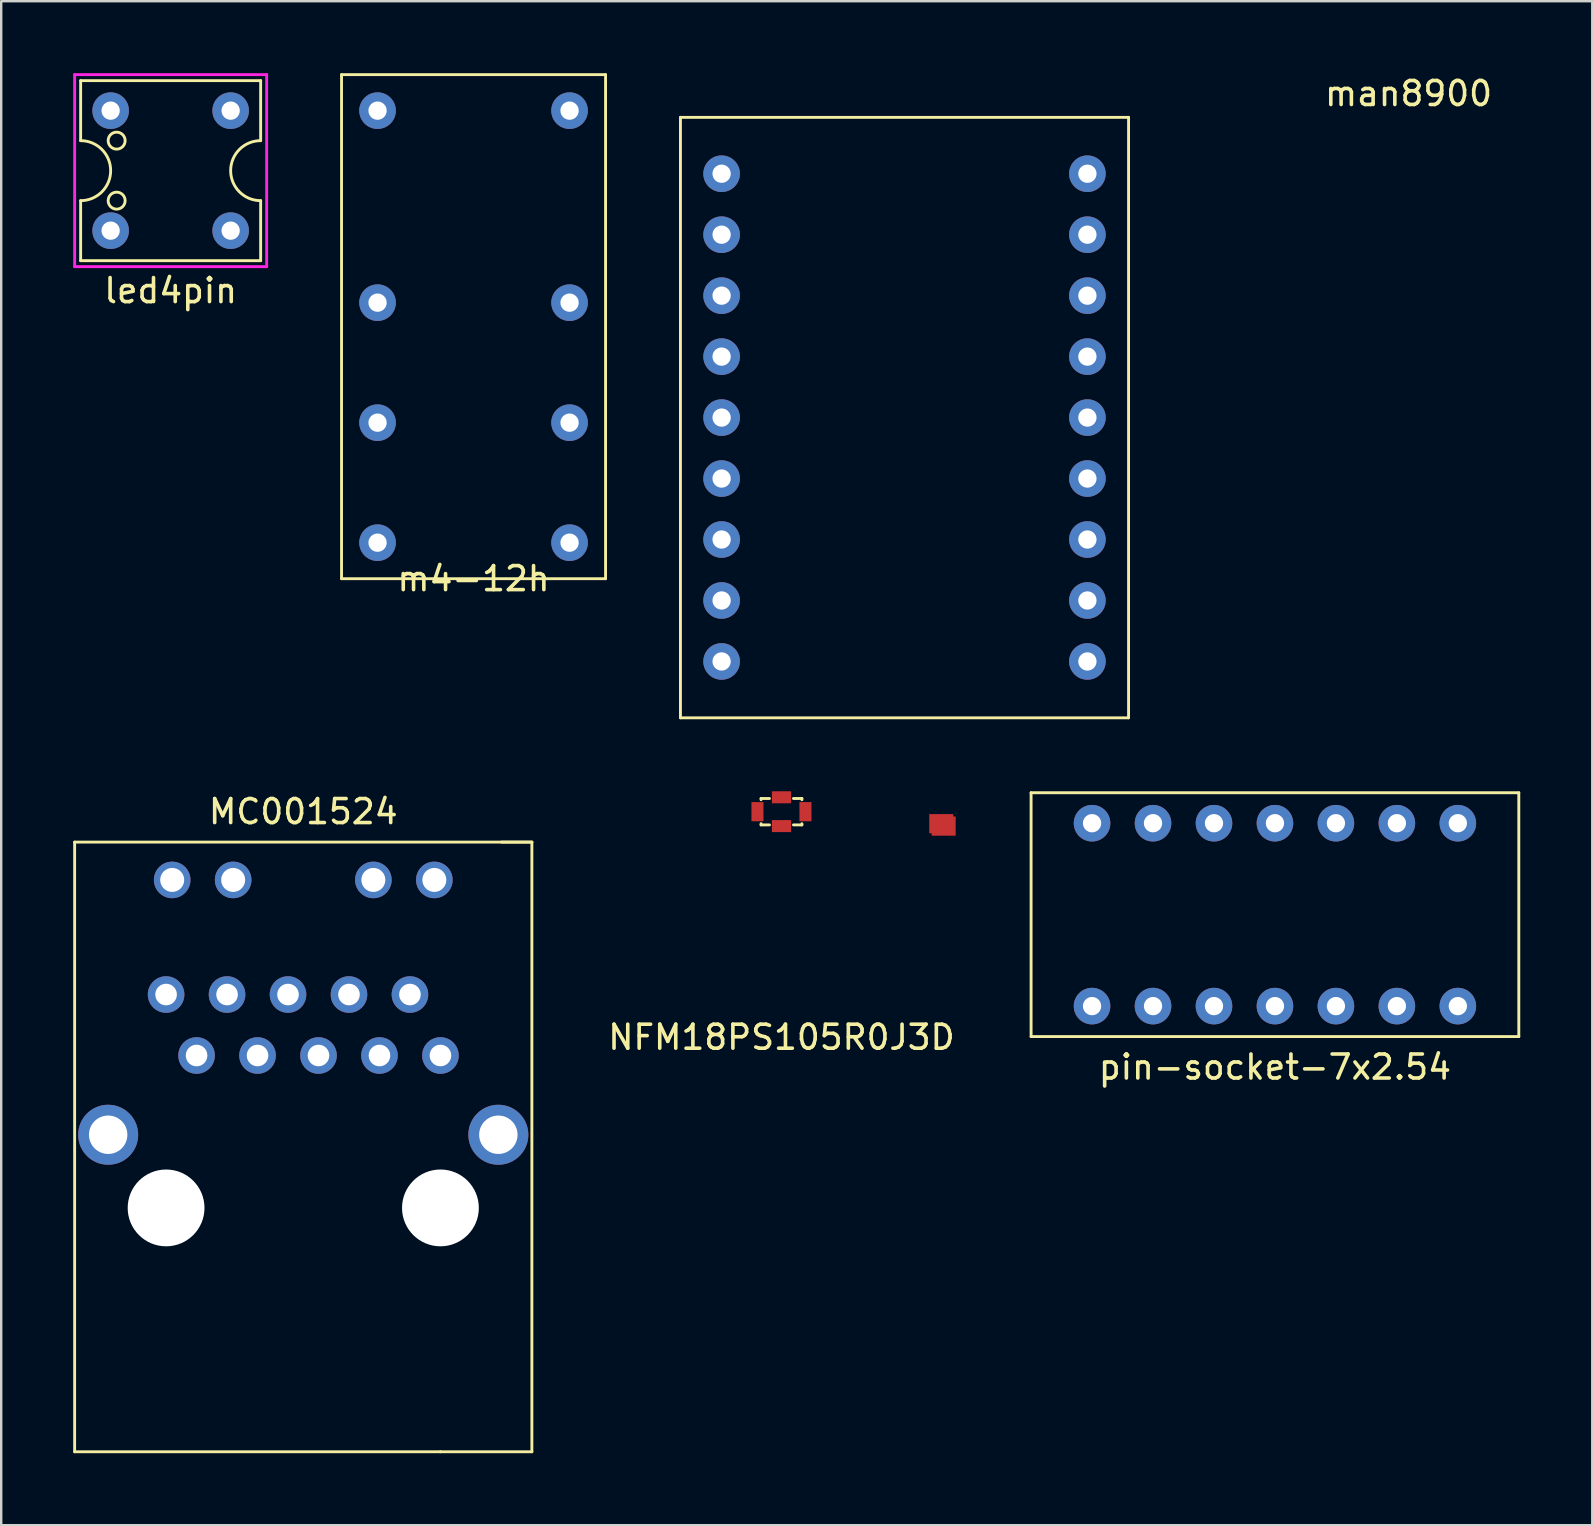
<source format=kicad_pcb>
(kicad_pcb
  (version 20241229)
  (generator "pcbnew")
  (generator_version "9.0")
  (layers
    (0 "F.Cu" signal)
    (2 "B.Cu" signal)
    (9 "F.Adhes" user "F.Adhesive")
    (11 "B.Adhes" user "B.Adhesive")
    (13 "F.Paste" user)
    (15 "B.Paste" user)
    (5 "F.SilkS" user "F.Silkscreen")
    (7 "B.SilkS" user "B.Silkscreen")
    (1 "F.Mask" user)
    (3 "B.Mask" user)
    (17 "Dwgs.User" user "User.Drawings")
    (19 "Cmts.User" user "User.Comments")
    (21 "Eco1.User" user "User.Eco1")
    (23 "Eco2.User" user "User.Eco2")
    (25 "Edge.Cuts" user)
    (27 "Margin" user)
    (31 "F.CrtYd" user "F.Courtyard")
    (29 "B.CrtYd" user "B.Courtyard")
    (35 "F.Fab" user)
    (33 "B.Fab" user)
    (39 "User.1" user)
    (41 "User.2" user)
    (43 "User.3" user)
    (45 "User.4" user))
  (footprint "NFM18PS105R0J3D"
    (layer "F.Cu")
    (at 29.509 30.768)
    (property "Reference" "NFM18PS105R0J3D" (at 0 9.398 0) (layer "F.SilkS") (effects (font (size 1 1) (thickness 0.15))))
    (attr through_hole)
    (fp_line (start -0.85 -0.55) (end -0.85 -0.5) (stroke (width 0.12) (type solid)) (layer "F.SilkS"))
    (fp_line (start -0.85 0.55) (end -0.85 0.5) (stroke (width 0.12) (type solid)) (layer "F.SilkS"))
    (fp_line (start -0.5 -0.55) (end -0.85 -0.55) (stroke (width 0.12) (type solid)) (layer "F.SilkS"))
    (fp_line (start -0.5 0.55) (end -0.85 0.55) (stroke (width 0.12) (type solid)) (layer "F.SilkS"))
    (fp_line (start 0.5 -0.55) (end 0.85 -0.55) (stroke (width 0.12) (type solid)) (layer "F.SilkS"))
    (fp_line (start 0.5 0.55) (end 0.85 0.55) (stroke (width 0.12) (type solid)) (layer "F.SilkS"))
    (fp_line (start 0.85 -0.55) (end 0.85 -0.5) (stroke (width 0.12) (type solid)) (layer "F.SilkS"))
    (fp_line (start 0.85 0.55) (end 0.85 0.5) (stroke (width 0.12) (type solid)) (layer "F.SilkS"))
    (pad "1" smd rect (at -1 0) (size 0.5 0.8) (layers "F.Cu" "F.Mask" "F.Paste"))
    (pad "2" smd rect (at 0 -0.6) (size 0.8 0.5) (layers "F.Cu" "F.Mask" "F.Paste"))
    (pad "2" smd rect (at 0 0.6) (size 0.8 0.5) (layers "F.Cu" "F.Mask" "F.Paste"))
    (pad "3" smd rect (at 1 0) (size 0.5 0.8) (layers "F.Cu" "F.Mask" "F.Paste"))
    (pad "3" smd rect (at 6.658 0.5) (size 1 0.8) (layers "F.Cu" "F.Mask" "F.Paste"))
    (pad "3" smd rect (at 6.758 0.6) (size 1 0.8) (layers "F.Cu" "F.Mask" "F.Paste")))
  (footprint "led4pin"
    (layer "F.Cu")
    (at 4.06 4.06)
    (property "Reference" "led4pin" (at 0 5 0) (layer "F.SilkS") (effects (font (size 1 1) (thickness 0.15))))
    (attr through_hole)
    (fp_line (start -3.75 -3.75) (end 3.75 -3.75) (stroke (width 0.12) (type solid)) (layer "F.SilkS"))
    (fp_line (start -3.75 -1.25) (end -3.75 -3.75) (stroke (width 0.12) (type solid)) (layer "F.SilkS"))
    (fp_line (start -3.75 3.75) (end -3.75 1.25) (stroke (width 0.12) (type solid)) (layer "F.SilkS"))
    (fp_line (start 3.75 -3.75) (end 3.75 -1.25) (stroke (width 0.12) (type solid)) (layer "F.SilkS"))
    (fp_line (start 3.75 1.25) (end 3.75 3.75) (stroke (width 0.12) (type solid)) (layer "F.SilkS"))
    (fp_line (start 3.75 3.75) (end -3.75 3.75) (stroke (width 0.12) (type solid)) (layer "F.SilkS"))
    (fp_arc (start -3.75 -1.25) (mid -2.5 0) (end -3.75 1.25) (stroke (width 0.12) (type solid)) (layer "F.SilkS"))
    (fp_arc (start 3.75 1.25) (mid 2.5 0) (end 3.75 -1.25) (stroke (width 0.12) (type solid)) (layer "F.SilkS"))
    (fp_circle (center -2.25 -1.25) (end -2.5 -1.5) (stroke (width 0.12) (type solid)) (fill no) (layer "F.SilkS"))
    (fp_circle (center -2.25 1.25) (end -2.5 1) (stroke (width 0.12) (type solid)) (fill no) (layer "F.SilkS"))
    (fp_line (start -4 -4) (end 4 -4) (stroke (width 0.12) (type solid)) (layer "F.CrtYd"))
    (fp_line (start -4 4) (end -4 -4) (stroke (width 0.12) (type solid)) (layer "F.CrtYd"))
    (fp_line (start 4 -4) (end 4 4) (stroke (width 0.12) (type solid)) (layer "F.CrtYd"))
    (fp_line (start 4 4) (end -4 4) (stroke (width 0.12) (type solid)) (layer "F.CrtYd"))
    (pad "1" thru_hole circle (at -2.5 -2.5) (size 1.524 1.524) (drill 0.762) (layers "*.Cu" "*.Mask"))
    (pad "2" thru_hole circle (at 2.5 -2.5) (size 1.524 1.524) (drill 0.762) (layers "*.Cu" "*.Mask"))
    (pad "3" thru_hole circle (at -2.5 2.5) (size 1.524 1.524) (drill 0.762) (layers "*.Cu" "*.Mask"))
    (pad "4" thru_hole circle (at 2.5 2.5) (size 1.524 1.524) (drill 0.762) (layers "*.Cu" "*.Mask")))
  (footprint "pin-socket-7x2.54"
    (layer "F.Cu")
    (at 50.069 35.058)
    (property "Reference" "pin-socket-7x2.54" (at 0 6.35 0) (layer "F.SilkS") (effects (font (size 1 1) (thickness 0.15))))
    (attr through_hole)
    (fp_line (start -10.16 -5.08) (end 10.16 -5.08) (stroke (width 0.12) (type solid)) (layer "F.SilkS"))
    (fp_line (start -10.16 5.08) (end -10.16 -5.08) (stroke (width 0.12) (type solid)) (layer "F.SilkS"))
    (fp_line (start 10.16 -5.08) (end 10.16 5.08) (stroke (width 0.12) (type solid)) (layer "F.SilkS"))
    (fp_line (start 10.16 5.08) (end -10.16 5.08) (stroke (width 0.12) (type solid)) (layer "F.SilkS"))
    (pad "1" thru_hole circle (at -7.62 -3.81 90) (size 1.524 1.524) (drill 0.762) (layers "*.Cu" "*.Mask"))
    (pad "1" thru_hole circle (at -7.62 3.81 90) (size 1.524 1.524) (drill 0.762) (layers "*.Cu" "*.Mask"))
    (pad "2" thru_hole circle (at -5.08 -3.81 90) (size 1.524 1.524) (drill 0.762) (layers "*.Cu" "*.Mask"))
    (pad "2" thru_hole circle (at -5.08 3.81 90) (size 1.524 1.524) (drill 0.762) (layers "*.Cu" "*.Mask"))
    (pad "3" thru_hole circle (at -2.54 -3.81 90) (size 1.524 1.524) (drill 0.762) (layers "*.Cu" "*.Mask"))
    (pad "3" thru_hole circle (at -2.54 3.81 90) (size 1.524 1.524) (drill 0.762) (layers "*.Cu" "*.Mask"))
    (pad "4" thru_hole circle (at 0 -3.81 90) (size 1.524 1.524) (drill 0.762) (layers "*.Cu" "*.Mask"))
    (pad "4" thru_hole circle (at 0 3.81 90) (size 1.524 1.524) (drill 0.762) (layers "*.Cu" "*.Mask"))
    (pad "5" thru_hole circle (at 2.54 -3.81 90) (size 1.524 1.524) (drill 0.762) (layers "*.Cu" "*.Mask"))
    (pad "5" thru_hole circle (at 2.54 3.81 90) (size 1.524 1.524) (drill 0.762) (layers "*.Cu" "*.Mask"))
    (pad "6" thru_hole circle (at 5.08 -3.81 90) (size 1.524 1.524) (drill 0.762) (layers "*.Cu" "*.Mask"))
    (pad "6" thru_hole circle (at 5.08 3.81 90) (size 1.524 1.524) (drill 0.762) (layers "*.Cu" "*.Mask"))
    (pad "7" thru_hole circle (at 7.62 -3.81 90) (size 1.524 1.524) (drill 0.762) (layers "*.Cu" "*.Mask"))
    (pad "7" thru_hole circle (at 7.62 3.81 90) (size 1.524 1.524) (drill 0.762) (layers "*.Cu" "*.Mask")))
  (footprint "MC001524"
    (layer "F.Cu")
    (at 9.585 38.386)
    (property "Reference" "MC001524" (at 0 -7.62 0) (unlocked yes) (layer "F.SilkS") (effects (font (size 1 1) (thickness 0.15))))
    (attr through_hole)
    (fp_line (start -9.525 -6.35) (end 9.525 -6.35) (stroke (width 0.12) (type solid)) (layer "F.SilkS"))
    (fp_line (start -9.525 19.05) (end -9.525 -6.35) (stroke (width 0.12) (type solid)) (layer "F.SilkS"))
    (fp_line (start 5.715 19.05) (end -9.525 19.05) (stroke (width 0.12) (type solid)) (layer "F.SilkS"))
    (fp_line (start 8.255 -6.35) (end 9.525 -6.35) (stroke (width 0.12) (type solid)) (layer "F.SilkS"))
    (fp_line (start 9.525 -6.35) (end 9.525 19.05) (stroke (width 0.12) (type solid)) (layer "F.SilkS"))
    (fp_line (start 9.525 19.05) (end 5.715 19.05) (stroke (width 0.12) (type solid)) (layer "F.SilkS"))
    (pad "" np_thru_hole circle (at -5.715 8.89) (size 3.2 3.2) (drill 3.2) (layers "*.Cu" "*.Mask"))
    (pad "" np_thru_hole circle (at 5.715 8.89) (size 3.2 3.2) (drill 3.2) (layers "*.Cu" "*.Mask"))
    (pad "L1" thru_hole circle (at 5.461 -4.775) (size 1.524 1.524) (drill 1) (layers "*.Cu" "*.Mask"))
    (pad "L2" thru_hole circle (at 2.921 -4.775) (size 1.524 1.524) (drill 1) (layers "*.Cu" "*.Mask"))
    (pad "L3" thru_hole circle (at -2.921 -4.775) (size 1.524 1.524) (drill 1) (layers "*.Cu" "*.Mask"))
    (pad "L4" thru_hole circle (at -5.461 -4.775) (size 1.524 1.524) (drill 1) (layers "*.Cu" "*.Mask"))
    (pad "P1" thru_hole circle (at 5.715 2.54) (size 1.524 1.524) (drill 0.9) (layers "*.Cu" "*.Mask"))
    (pad "P2" thru_hole circle (at 4.445 0) (size 1.524 1.524) (drill 0.9) (layers "*.Cu" "*.Mask"))
    (pad "P3" thru_hole circle (at 3.175 2.54) (size 1.524 1.524) (drill 0.9) (layers "*.Cu" "*.Mask"))
    (pad "P4" thru_hole circle (at 1.905 0) (size 1.524 1.524) (drill 0.9) (layers "*.Cu" "*.Mask"))
    (pad "P5" thru_hole circle (at 0.635 2.54) (size 1.524 1.524) (drill 0.9) (layers "*.Cu" "*.Mask"))
    (pad "P6" thru_hole circle (at -0.635 0) (size 1.524 1.524) (drill 0.9) (layers "*.Cu" "*.Mask"))
    (pad "P7" thru_hole circle (at -1.905 2.54) (size 1.524 1.524) (drill 0.9) (layers "*.Cu" "*.Mask"))
    (pad "P8" thru_hole circle (at -3.175 0) (size 1.524 1.524) (drill 0.9) (layers "*.Cu" "*.Mask"))
    (pad "P9" thru_hole circle (at -4.445 2.54) (size 1.524 1.524) (drill 0.9) (layers "*.Cu" "*.Mask"))
    (pad "P10" thru_hole circle (at -5.715 0) (size 1.524 1.524) (drill 0.9) (layers "*.Cu" "*.Mask"))
    (pad "SH" thru_hole circle (at -8.128 5.842) (size 2.5 2.5) (drill 1.6) (layers "*.Cu" "*.Mask"))
    (pad "SH" thru_hole circle (at 8.128 5.842) (size 2.5 2.5) (drill 1.6) (layers "*.Cu" "*.Mask")))
  (footprint "man8900"
    (layer "F.Cu")
    (at 34.635 14.348)
    (property "Reference" "man8900" (at 21 -13.5 0) (layer "F.SilkS") (effects (font (size 1 1) (thickness 0.15))))
    (attr through_hole)
    (fp_line (start -9.335 -12.509) (end -9.335 12.509) (stroke (width 0.12) (type solid)) (layer "F.SilkS"))
    (fp_line (start -9.335 -12.509) (end 9.335 -12.509) (stroke (width 0.12) (type solid)) (layer "F.SilkS"))
    (fp_line (start -9.335 12.509) (end 9.335 12.509) (stroke (width 0.12) (type solid)) (layer "F.SilkS"))
    (fp_line (start 9.335 -12.509) (end 9.335 12.509) (stroke (width 0.12) (type solid)) (layer "F.SilkS"))
    (pad "1" thru_hole circle (at -7.62 -10.16) (size 1.524 1.524) (drill 0.762) (layers "*.Cu" "*.Mask"))
    (pad "2" thru_hole circle (at -7.62 -7.62) (size 1.524 1.524) (drill 0.762) (layers "*.Cu" "*.Mask"))
    (pad "3" thru_hole circle (at -7.62 -5.08) (size 1.524 1.524) (drill 0.762) (layers "*.Cu" "*.Mask"))
    (pad "4" thru_hole circle (at -7.62 -2.54) (size 1.524 1.524) (drill 0.762) (layers "*.Cu" "*.Mask"))
    (pad "5" thru_hole circle (at -7.62 0) (size 1.524 1.524) (drill 0.762) (layers "*.Cu" "*.Mask"))
    (pad "6" thru_hole circle (at -7.62 2.54) (size 1.524 1.524) (drill 0.762) (layers "*.Cu" "*.Mask"))
    (pad "7" thru_hole circle (at -7.62 5.08) (size 1.524 1.524) (drill 0.762) (layers "*.Cu" "*.Mask"))
    (pad "8" thru_hole circle (at -7.62 7.62) (size 1.524 1.524) (drill 0.762) (layers "*.Cu" "*.Mask"))
    (pad "9" thru_hole circle (at -7.62 10.16) (size 1.524 1.524) (drill 0.762) (layers "*.Cu" "*.Mask"))
    (pad "10" thru_hole circle (at 7.62 10.16) (size 1.524 1.524) (drill 0.762) (layers "*.Cu" "*.Mask"))
    (pad "11" thru_hole circle (at 7.62 7.62) (size 1.524 1.524) (drill 0.762) (layers "*.Cu" "*.Mask"))
    (pad "12" thru_hole circle (at 7.62 5.08) (size 1.524 1.524) (drill 0.762) (layers "*.Cu" "*.Mask"))
    (pad "13" thru_hole circle (at 7.62 2.54) (size 1.524 1.524) (drill 0.762) (layers "*.Cu" "*.Mask"))
    (pad "14" thru_hole circle (at 7.62 0) (size 1.524 1.524) (drill 0.762) (layers "*.Cu" "*.Mask"))
    (pad "15" thru_hole circle (at 7.62 -2.54) (size 1.524 1.524) (drill 0.762) (layers "*.Cu" "*.Mask"))
    (pad "16" thru_hole circle (at 7.62 -5.08) (size 1.524 1.524) (drill 0.762) (layers "*.Cu" "*.Mask"))
    (pad "17" thru_hole circle (at 7.62 -7.62) (size 1.524 1.524) (drill 0.762) (layers "*.Cu" "*.Mask"))
    (pad "18" thru_hole circle (at 7.62 -10.16) (size 1.524 1.524) (drill 0.762) (layers "*.Cu" "*.Mask")))
  (footprint "m4-12h"
    (layer "F.Cu")
    (at 16.68 9.56)
    (property "Reference" "m4-12h" (at 0 11.5 0) (layer "F.SilkS") (effects (font (size 1 1) (thickness 0.15))))
    (attr through_hole)
    (fp_line (start -5.5 -9.5) (end 5.5 -9.5) (stroke (width 0.12) (type solid)) (layer "F.SilkS"))
    (fp_line (start -5.5 11.5) (end -5.5 -9.5) (stroke (width 0.12) (type solid)) (layer "F.SilkS"))
    (fp_line (start 5.5 -9.5) (end 5.5 11.5) (stroke (width 0.12) (type solid)) (layer "F.SilkS"))
    (fp_line (start 5.5 11.5) (end -5.5 11.5) (stroke (width 0.12) (type solid)) (layer "F.SilkS"))
    (pad "1" thru_hole circle (at -4 -8) (size 1.524 1.524) (drill 0.762) (layers "*.Cu" "*.Mask"))
    (pad "3" thru_hole circle (at -4 0) (size 1.524 1.524) (drill 0.762) (layers "*.Cu" "*.Mask"))
    (pad "4" thru_hole circle (at -4 5) (size 1.524 1.524) (drill 0.762) (layers "*.Cu" "*.Mask"))
    (pad "5" thru_hole circle (at -4 10) (size 1.524 1.524) (drill 0.762) (layers "*.Cu" "*.Mask"))
    (pad "6" thru_hole circle (at 4 10) (size 1.524 1.524) (drill 0.762) (layers "*.Cu" "*.Mask"))
    (pad "7" thru_hole circle (at 4 5) (size 1.524 1.524) (drill 0.762) (layers "*.Cu" "*.Mask"))
    (pad "8" thru_hole circle (at 4 0) (size 1.524 1.524) (drill 0.762) (layers "*.Cu" "*.Mask"))
    (pad "10" thru_hole circle (at 4 -8) (size 1.524 1.524) (drill 0.762) (layers "*.Cu" "*.Mask")))
  (gr_rect
    (start -3 -3)
    (end 63.289 60.496)
    (stroke (width 0.1) (type default))
    (fill no)
    (layer "Edge.Cuts")))
</source>
